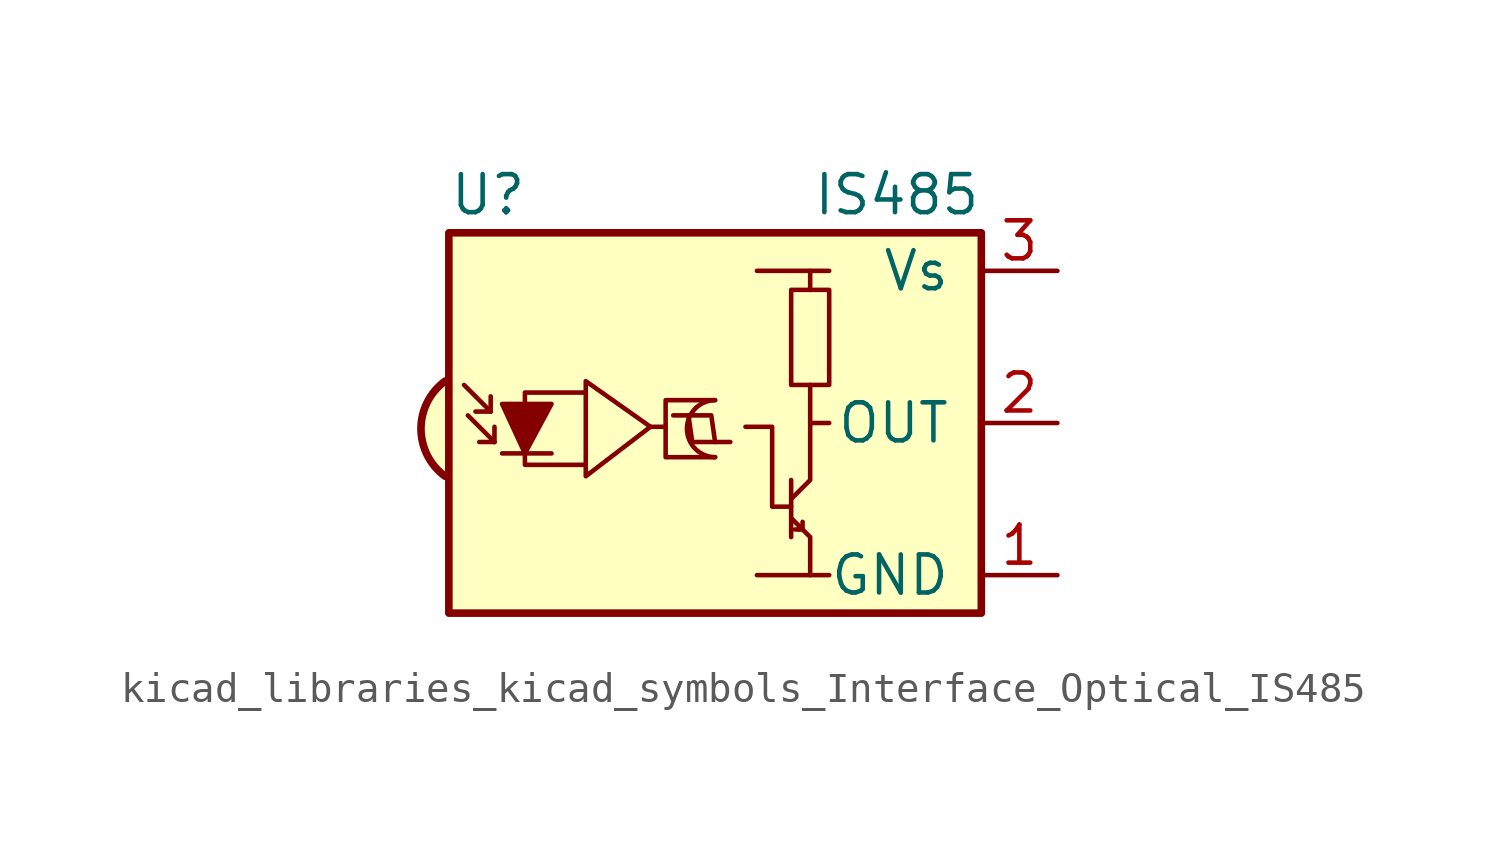
<source format=kicad_sym>
(kicad_symbol_lib
  (version 20220914)
  (generator kicad_symbol_editor)
  (symbol "kicad_libraries_kicad_symbols_Interface_Optical_IS485"
    (pin_names
      (offset 1.016))
    (property "Reference" "U"
      (at -10.16 7.62 0)
      (effects (font (size 1.27 1.27)) (justify left)))
    (property "Value" "IS485"
      (at 7.62 7.62 0)
      (effects (font (size 1.27 1.27)) (justify right)))
    (symbol "kicad_libraries_kicad_symbols_Interface_Optical_IS485_0_0"
      (arc (start -10.287 1.397) (mid -11.0899 -0.1852) (end -10.287 -1.778) (stroke (width 0.254) (type default)) (fill (type background)))
      (polyline (pts (xy 1.905 -5.08) (xy 0.127 -5.08)) (stroke (width 0) (type default)) (fill (type none)))
      (polyline (pts (xy 1.905 5.08) (xy 0.127 5.08)) (stroke (width 0) (type default)) (fill (type none))))
    (symbol "kicad_libraries_kicad_symbols_Interface_Optical_IS485_0_1"
      (arc (start -1.27 0.762) (mid -2.2099 -0.1905) (end -1.27 -1.143) (stroke (width 0) (type default)) (fill (type none)))
      (polyline (pts (xy -8.763 0.381) (xy -9.652 1.27)) (stroke (width 0) (type default)) (fill (type none)))
      (polyline (pts (xy -8.763 0.381) (xy -9.271 0.381)) (stroke (width 0) (type default)) (fill (type none)))
      (polyline (pts (xy -8.763 0.381) (xy -8.763 0.889)) (stroke (width 0) (type default)) (fill (type none)))
      (polyline (pts (xy -8.636 -0.635) (xy -9.525 0.254)) (stroke (width 0) (type default)) (fill (type none)))
      (polyline (pts (xy -8.636 -0.635) (xy -9.144 -0.635)) (stroke (width 0) (type default)) (fill (type none)))
      (polyline (pts (xy -8.636 -0.635) (xy -8.636 -0.127)) (stroke (width 0) (type default)) (fill (type none)))
      (polyline (pts (xy -8.382 -1.016) (xy -6.731 -1.016)) (stroke (width 0) (type default)) (fill (type none)))
      (polyline (pts (xy -3.429 -0.127) (xy -2.921 -0.127)) (stroke (width 0) (type default)) (fill (type none)))
      (polyline (pts (xy 1.27 -1.905) (xy 1.27 -3.81)) (stroke (width 0) (type default)) (fill (type none)))
      (polyline (pts (xy 1.397 -3.556) (xy 1.524 -3.556)) (stroke (width 0) (type default)) (fill (type none)))
      (polyline (pts (xy 1.651 -3.556) (xy 1.524 -3.556)) (stroke (width 0) (type default)) (fill (type none)))
      (polyline (pts (xy 1.651 -3.556) (xy 1.651 -3.302)) (stroke (width 0) (type default)) (fill (type none)))
      (polyline (pts (xy 1.905 0) (xy 1.905 1.27)) (stroke (width 0) (type default)) (fill (type none)))
      (polyline (pts (xy -2.667 0.254) (xy -1.397 0.254) (xy -1.27 -0.635)) (stroke (width 0) (type default)) (fill (type none)))
      (polyline (pts (xy -0.762 -0.635) (xy -2.032 -0.635) (xy -2.159 0.254)) (stroke (width 0) (type default)) (fill (type none)))
      (polyline (pts (xy 1.905 4.445) (xy 1.905 5.08) (xy 2.54 5.08)) (stroke (width 0) (type default)) (fill (type none)))
      (polyline (pts (xy -8.382 0.635) (xy -6.731 0.635) (xy -7.62 -1.016) (xy -8.382 0.635)) (stroke (width 0) (type default)) (fill (type outline)))
      (polyline (pts (xy -5.588 -1.397) (xy -7.62 -1.397) (xy -7.62 1.016) (xy -5.588 1.016)) (stroke (width 0) (type default)) (fill (type none)))
      (polyline (pts (xy -3.429 -0.127) (xy -5.588 1.397) (xy -5.588 -1.778) (xy -3.429 -0.127)) (stroke (width 0) (type default)) (fill (type none)))
      (polyline (pts (xy -1.27 0.762) (xy -2.921 0.762) (xy -2.921 -1.143) (xy -1.27 -1.143)) (stroke (width 0) (type default)) (fill (type none)))
      (polyline (pts (xy 1.27 -3.175) (xy 1.905 -3.81) (xy 1.905 -5.08) (xy 2.54 -5.08)) (stroke (width 0) (type default)) (fill (type none)))
      (polyline (pts (xy 1.27 -2.794) (xy 0.635 -2.794) (xy 0.635 -0.127) (xy -0.254 -0.127)) (stroke (width 0) (type default)) (fill (type none)))
      (polyline (pts (xy 1.27 -2.54) (xy 1.905 -1.905) (xy 1.905 0) (xy 2.54 0)) (stroke (width 0) (type default)) (fill (type none)))
      (rectangle (start 2.54 1.27) (end 1.27 4.445) (stroke (width 0) (type default)) (fill (type none)))
      (rectangle (start 7.62 6.35) (end -10.16 -6.35) (stroke (width 0.254) (type default)) (fill (type background))))
    (symbol "kicad_libraries_kicad_symbols_Interface_Optical_IS485_1_1"
      (pin power_in line (at 10.16 -5.08 180) (length 2.54) (name "GND" (effects (font (size 1.27 1.27)))) (number "1" (effects (font (size 1.27 1.27)))))
      (pin output line (at 10.16 0 180) (length 2.54) (name "OUT" (effects (font (size 1.27 1.27)))) (number "2" (effects (font (size 1.27 1.27)))))
      (pin power_in line (at 10.16 5.08 180) (length 2.54) (name "Vs" (effects (font (size 1.27 1.27)))) (number "3" (effects (font (size 1.27 1.27))))))))
</source>
